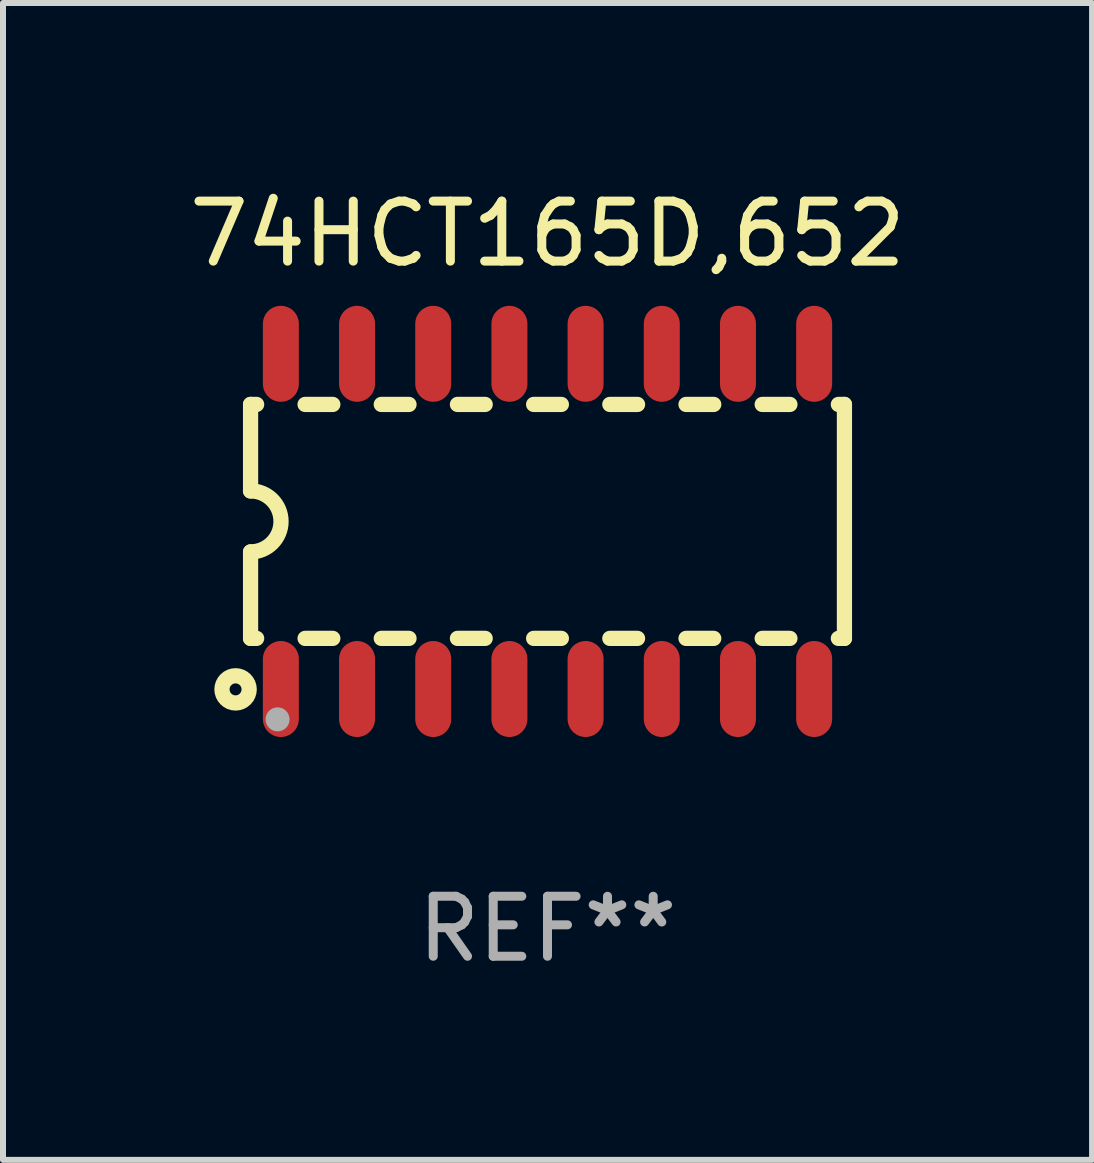
<source format=kicad_pcb>
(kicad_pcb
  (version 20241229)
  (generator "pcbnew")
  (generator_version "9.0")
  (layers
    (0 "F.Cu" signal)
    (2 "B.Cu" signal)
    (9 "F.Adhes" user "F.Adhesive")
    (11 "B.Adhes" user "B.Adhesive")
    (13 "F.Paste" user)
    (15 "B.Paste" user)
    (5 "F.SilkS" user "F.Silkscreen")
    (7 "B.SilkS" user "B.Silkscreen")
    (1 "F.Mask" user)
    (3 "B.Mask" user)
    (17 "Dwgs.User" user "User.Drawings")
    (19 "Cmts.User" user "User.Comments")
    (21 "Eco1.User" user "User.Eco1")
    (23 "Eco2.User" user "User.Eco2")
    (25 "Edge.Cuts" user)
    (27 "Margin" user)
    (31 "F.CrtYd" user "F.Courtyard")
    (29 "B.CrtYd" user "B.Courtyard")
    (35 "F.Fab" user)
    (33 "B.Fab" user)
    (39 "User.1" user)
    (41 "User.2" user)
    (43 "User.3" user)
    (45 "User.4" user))
  (footprint "74HCT165D,652"
    (layer "F.Cu")
    (at 6.077 5.642)
    (property "Reference" "74HCT165D,652" (at 0 -4.794 0) (layer "F.SilkS") (effects (font (size 1 1) (thickness 0.15))))
    (attr through_hole)
    (fp_line (start -4.95 -1.95) (end -4.95 -0.508) (stroke (width 0.254) (type solid)) (layer "F.SilkS"))
    (fp_line (start -4.95 -1.95) (end -4.849 -1.95) (stroke (width 0.254) (type solid)) (layer "F.SilkS"))
    (fp_line (start -4.95 1.95) (end -4.95 0.508) (stroke (width 0.254) (type solid)) (layer "F.SilkS"))
    (fp_line (start -4.95 1.95) (end -4.849 1.95) (stroke (width 0.254) (type solid)) (layer "F.SilkS"))
    (fp_line (start -4.041 -1.95) (end -3.579 -1.95) (stroke (width 0.254) (type solid)) (layer "F.SilkS"))
    (fp_line (start -4.041 1.95) (end -3.579 1.95) (stroke (width 0.254) (type solid)) (layer "F.SilkS"))
    (fp_line (start -2.771 -1.95) (end -2.309 -1.95) (stroke (width 0.254) (type solid)) (layer "F.SilkS"))
    (fp_line (start -2.771 1.95) (end -2.309 1.95) (stroke (width 0.254) (type solid)) (layer "F.SilkS"))
    (fp_line (start -1.501 -1.95) (end -1.039 -1.95) (stroke (width 0.254) (type solid)) (layer "F.SilkS"))
    (fp_line (start -1.501 1.95) (end -1.039 1.95) (stroke (width 0.254) (type solid)) (layer "F.SilkS"))
    (fp_line (start -0.231 -1.95) (end 0.231 -1.95) (stroke (width 0.254) (type solid)) (layer "F.SilkS"))
    (fp_line (start -0.231 1.95) (end 0.231 1.95) (stroke (width 0.254) (type solid)) (layer "F.SilkS"))
    (fp_line (start 1.039 -1.95) (end 1.501 -1.95) (stroke (width 0.254) (type solid)) (layer "F.SilkS"))
    (fp_line (start 1.039 1.95) (end 1.501 1.95) (stroke (width 0.254) (type solid)) (layer "F.SilkS"))
    (fp_line (start 2.309 -1.95) (end 2.771 -1.95) (stroke (width 0.254) (type solid)) (layer "F.SilkS"))
    (fp_line (start 2.309 1.95) (end 2.771 1.95) (stroke (width 0.254) (type solid)) (layer "F.SilkS"))
    (fp_line (start 3.579 -1.95) (end 4.041 -1.95) (stroke (width 0.254) (type solid)) (layer "F.SilkS"))
    (fp_line (start 3.579 1.95) (end 4.041 1.95) (stroke (width 0.254) (type solid)) (layer "F.SilkS"))
    (fp_line (start 4.849 -1.95) (end 4.95 -1.95) (stroke (width 0.254) (type solid)) (layer "F.SilkS"))
    (fp_line (start 4.849 1.95) (end 4.95 1.95) (stroke (width 0.254) (type solid)) (layer "F.SilkS"))
    (fp_line (start 4.95 -1.95) (end 4.95 1.95) (stroke (width 0.254) (type solid)) (layer "F.SilkS"))
    (fp_arc (start -4.95047 -0.508001) (mid -4.442469 -0.000228) (end -4.950013 0.508001) (stroke (width 0.254001) (type solid)) (layer "F.SilkS"))
    (fp_circle (center -5.2 2.8) (end -5.1 2.8) (stroke (width 0.254) (type solid)) (fill no) (layer "F.SilkS"))
    (fp_circle (center -4.95 2.947) (end -4.92 2.947) (stroke (width 0.06) (type solid)) (fill no) (layer "F.SilkS"))
    (fp_circle (center -4.5 3.3) (end -4.4 3.3) (stroke (width 0.2) (type solid)) (fill no) (layer "F.Fab"))
    (fp_text user "REF**" (at 0 6.794 0) (layer "F.Fab") (effects (font (size 1 1) (thickness 0.15))))
    (pad "1" smd oval (at -4.445 2.794) (size 0.6 1.6) (layers "F.Cu" "F.Mask" "F.Paste"))
    (pad "2" smd oval (at -3.175 2.794) (size 0.6 1.6) (layers "F.Cu" "F.Mask" "F.Paste"))
    (pad "3" smd oval (at -1.905 2.794) (size 0.6 1.6) (layers "F.Cu" "F.Mask" "F.Paste"))
    (pad "4" smd oval (at -0.635 2.794) (size 0.6 1.6) (layers "F.Cu" "F.Mask" "F.Paste"))
    (pad "5" smd oval (at 0.635 2.794) (size 0.6 1.6) (layers "F.Cu" "F.Mask" "F.Paste"))
    (pad "6" smd oval (at 1.905 2.794) (size 0.6 1.6) (layers "F.Cu" "F.Mask" "F.Paste"))
    (pad "7" smd oval (at 3.175 2.794) (size 0.6 1.6) (layers "F.Cu" "F.Mask" "F.Paste"))
    (pad "8" smd oval (at 4.445 2.794) (size 0.6 1.6) (layers "F.Cu" "F.Mask" "F.Paste"))
    (pad "9" smd oval (at 4.445 -2.794) (size 0.6 1.6) (layers "F.Cu" "F.Mask" "F.Paste"))
    (pad "10" smd oval (at 3.175 -2.794) (size 0.6 1.6) (layers "F.Cu" "F.Mask" "F.Paste"))
    (pad "11" smd oval (at 1.905 -2.794) (size 0.6 1.6) (layers "F.Cu" "F.Mask" "F.Paste"))
    (pad "12" smd oval (at 0.635 -2.794) (size 0.6 1.6) (layers "F.Cu" "F.Mask" "F.Paste"))
    (pad "13" smd oval (at -0.635 -2.794) (size 0.6 1.6) (layers "F.Cu" "F.Mask" "F.Paste"))
    (pad "14" smd oval (at -1.905 -2.794) (size 0.6 1.6) (layers "F.Cu" "F.Mask" "F.Paste"))
    (pad "15" smd oval (at -3.175 -2.794) (size 0.6 1.6) (layers "F.Cu" "F.Mask" "F.Paste"))
    (pad "16" smd oval (at -4.445 -2.794) (size 0.6 1.6) (layers "F.Cu" "F.Mask" "F.Paste")))
  (gr_rect
    (start -3 -3)
    (end 15.155 16.285)
    (stroke (width 0.1) (type default))
    (fill no)
    (layer "Edge.Cuts")))
</source>
